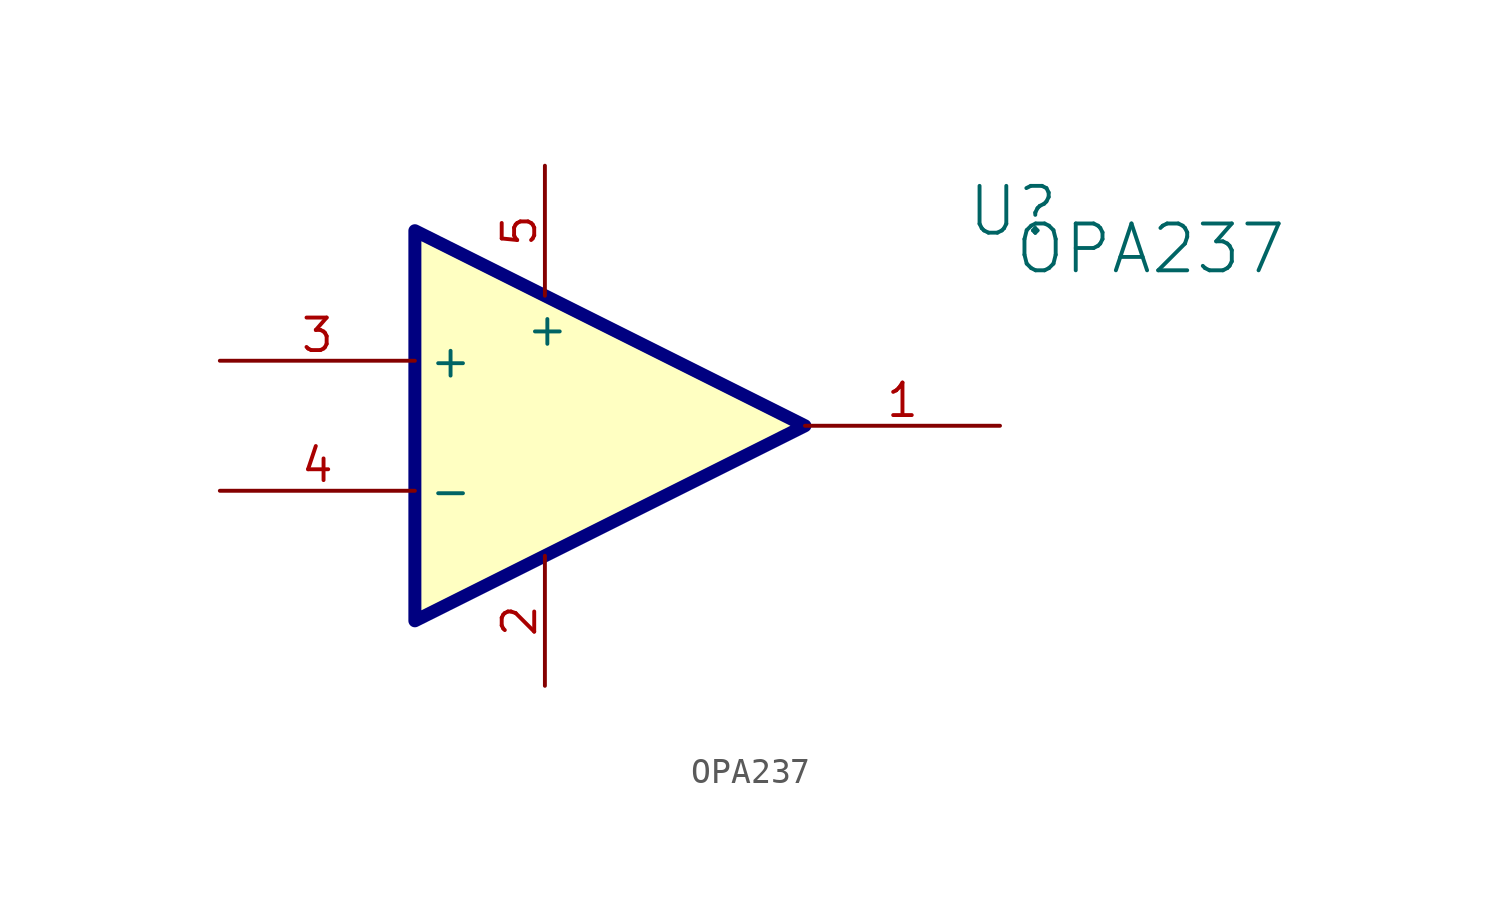
<source format=kicad_sym>
(kicad_symbol_lib
  (version 20241209)
  (generator "kicad_symbol_editor")
  (generator_version "9.0")
  (symbol "OPA237"
    (property "Reference" "U"
      (at 18.288 8.382 0)
      (effects (font (size 1.829 1.829))))
    (property "Value" "OPA237"
      (at 18.288 5.842 0)
      (effects (font (size 1.829 1.829)) (justify left bottom)))
    (symbol "OPA237_1_0"
      (polyline (pts (xy -5.08 7.62) (xy -5.08 -7.62) (xy 10.16 0) (xy -5.08 7.62)) (stroke (width 0.508) (type solid) (color 0 0 128 1)) (fill (type background)))
      (pin passive line (at -12.7 2.54 0) (length 7.62) (name "+" (effects (font (size 1.27 1.27)))) (number "3" (effects (font (size 1.27 1.27)))))
      (pin passive line (at -12.7 -2.54 0) (length 7.62) (name "-" (effects (font (size 1.27 1.27)))) (number "4" (effects (font (size 1.27 1.27)))))
      (pin passive line (at 0 10.16 270) (length 5.08) (name "+" (effects (font (size 1.27 1.27)))) (number "5" (effects (font (size 1.27 1.27)))))
      (pin passive line (at 0 -10.16 90) (length 5.08) (name "V-" (effects (font (size 0 0)))) (number "2" (effects (font (size 1.27 1.27)))))
      (pin passive line (at 17.78 0 180) (length 7.62) (name "Vout" (effects (font (size 0 0)))) (number "1" (effects (font (size 1.27 1.27))))))))
</source>
